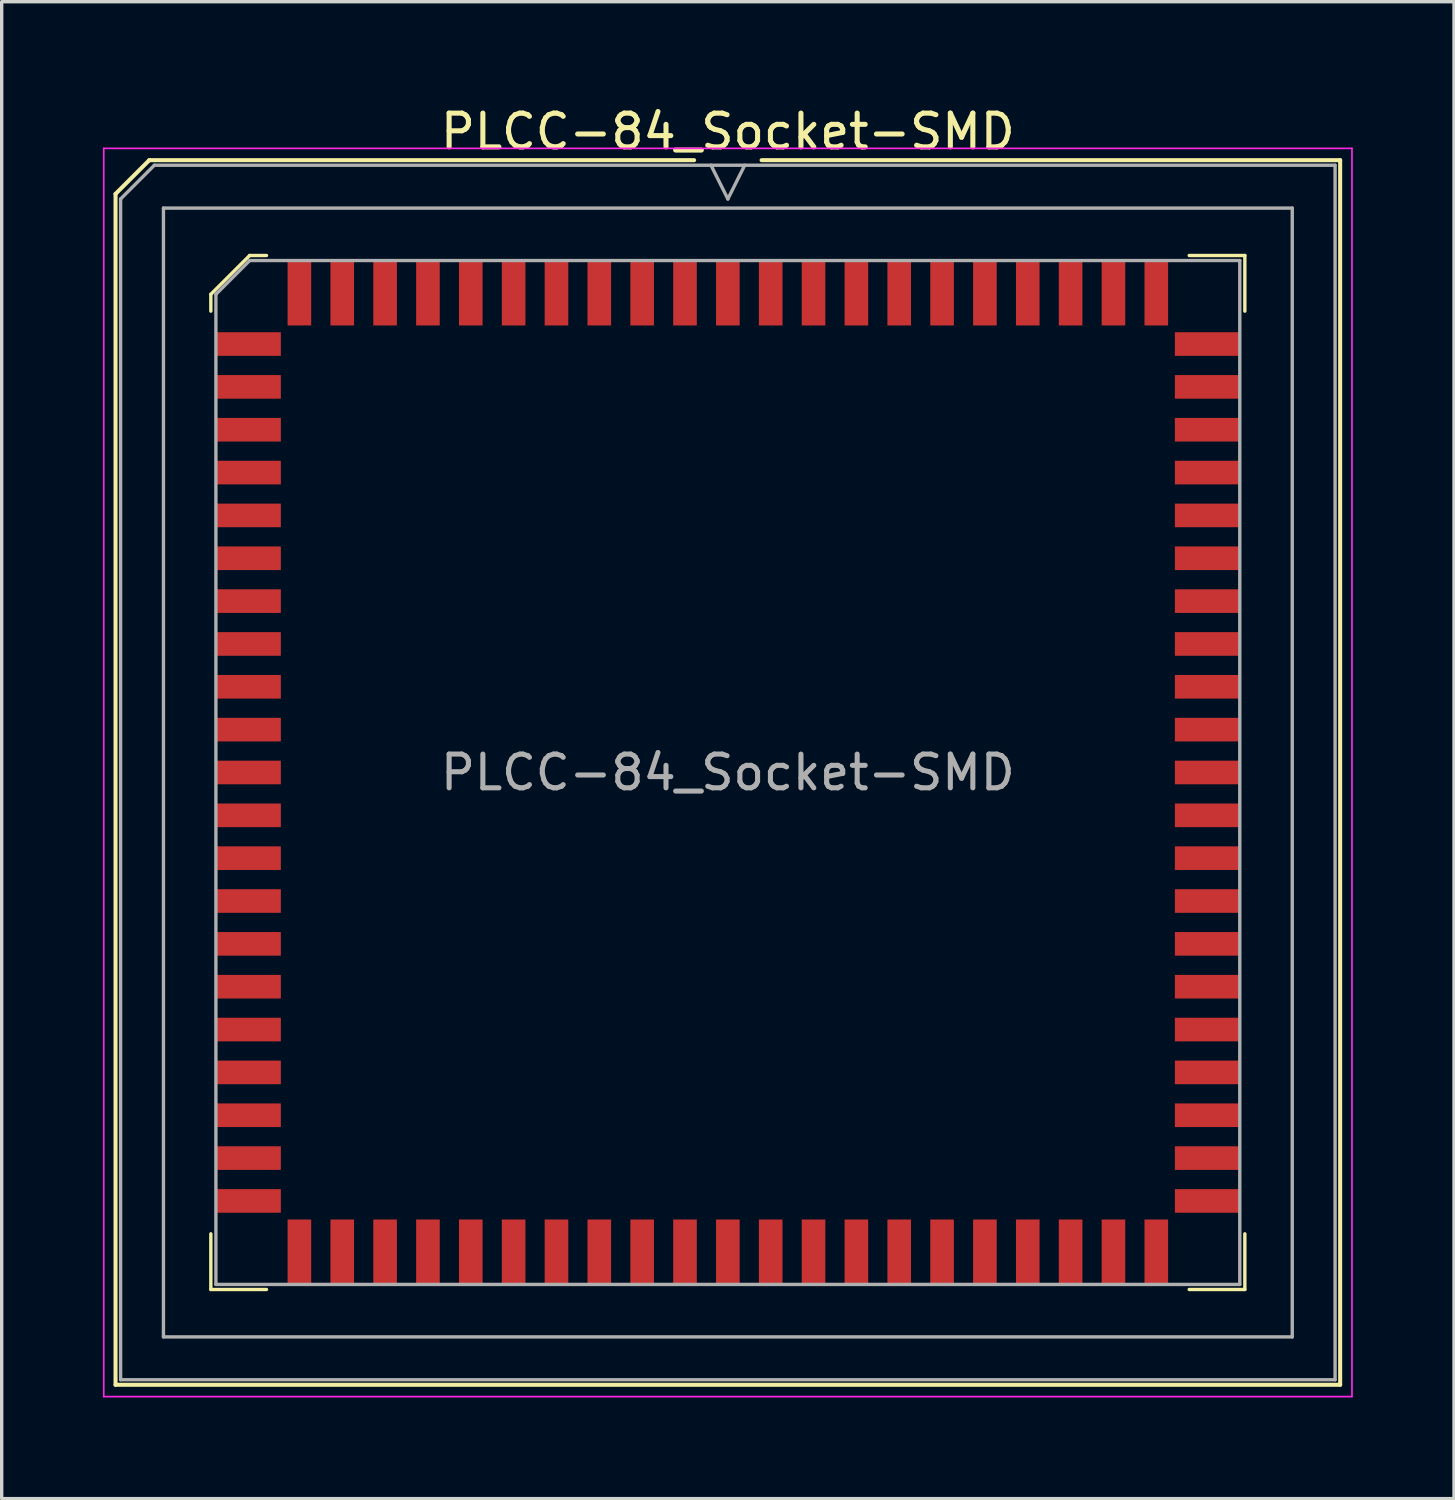
<source format=kicad_pcb>
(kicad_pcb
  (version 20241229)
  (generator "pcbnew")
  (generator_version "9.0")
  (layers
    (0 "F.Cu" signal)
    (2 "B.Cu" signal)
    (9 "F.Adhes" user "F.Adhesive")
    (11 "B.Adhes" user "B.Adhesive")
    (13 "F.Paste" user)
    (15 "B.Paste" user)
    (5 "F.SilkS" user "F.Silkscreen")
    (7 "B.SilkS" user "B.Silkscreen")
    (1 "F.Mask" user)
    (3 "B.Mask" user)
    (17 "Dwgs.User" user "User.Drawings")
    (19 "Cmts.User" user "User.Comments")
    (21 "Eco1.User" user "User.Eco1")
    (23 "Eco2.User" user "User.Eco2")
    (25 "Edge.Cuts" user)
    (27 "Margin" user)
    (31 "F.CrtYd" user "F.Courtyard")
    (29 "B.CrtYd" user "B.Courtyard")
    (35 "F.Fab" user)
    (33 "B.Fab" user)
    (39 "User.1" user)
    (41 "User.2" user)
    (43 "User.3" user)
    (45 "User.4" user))
  (footprint "PLCC-84_Socket-SMD"
    (layer "F.Cu")
    (at 18.525 19.848)
    (property "Reference" "PLCC-84_Socket-SMD" (at 0 -19 0) (layer "F.SilkS") (effects (font (size 1 1) (thickness 0.15))))
    (attr smd)
    (fp_line (start -18.15 -17.15) (end -18.15 18.15) (stroke (width 0.12) (type solid)) (layer "F.SilkS"))
    (fp_line (start -18.15 18.15) (end 18.15 18.15) (stroke (width 0.12) (type solid)) (layer "F.SilkS"))
    (fp_line (start -17.15 -18.15) (end -18.15 -17.15) (stroke (width 0.12) (type solid)) (layer "F.SilkS"))
    (fp_line (start -15.325 -14.175) (end -15.325 -13.675) (stroke (width 0.1) (type solid)) (layer "F.SilkS"))
    (fp_line (start -15.325 15.325) (end -15.325 13.675) (stroke (width 0.1) (type solid)) (layer "F.SilkS"))
    (fp_line (start -14.175 -15.325) (end -15.325 -14.175) (stroke (width 0.1) (type solid)) (layer "F.SilkS"))
    (fp_line (start -13.675 -15.325) (end -14.175 -15.325) (stroke (width 0.1) (type solid)) (layer "F.SilkS"))
    (fp_line (start -13.675 15.325) (end -15.325 15.325) (stroke (width 0.1) (type solid)) (layer "F.SilkS"))
    (fp_line (start -1 -18.15) (end -17.15 -18.15) (stroke (width 0.12) (type solid)) (layer "F.SilkS"))
    (fp_line (start 13.675 -15.325) (end 15.325 -15.325) (stroke (width 0.1) (type solid)) (layer "F.SilkS"))
    (fp_line (start 13.675 15.325) (end 15.325 15.325) (stroke (width 0.1) (type solid)) (layer "F.SilkS"))
    (fp_line (start 15.325 -15.325) (end 15.325 -13.675) (stroke (width 0.1) (type solid)) (layer "F.SilkS"))
    (fp_line (start 15.325 15.325) (end 15.325 13.675) (stroke (width 0.1) (type solid)) (layer "F.SilkS"))
    (fp_line (start 18.15 -18.15) (end 1 -18.15) (stroke (width 0.12) (type solid)) (layer "F.SilkS"))
    (fp_line (start 18.15 18.15) (end 18.15 -18.15) (stroke (width 0.12) (type solid)) (layer "F.SilkS"))
    (fp_line (start -18.5 -18.5) (end -18.5 18.5) (stroke (width 0.05) (type solid)) (layer "F.CrtYd"))
    (fp_line (start -18.5 18.5) (end 18.5 18.5) (stroke (width 0.05) (type solid)) (layer "F.CrtYd"))
    (fp_line (start 18.5 -18.5) (end -18.5 -18.5) (stroke (width 0.05) (type solid)) (layer "F.CrtYd"))
    (fp_line (start 18.5 18.5) (end 18.5 -18.5) (stroke (width 0.05) (type solid)) (layer "F.CrtYd"))
    (fp_line (start -18 -17) (end -18 18) (stroke (width 0.1) (type solid)) (layer "F.Fab"))
    (fp_line (start -18 18) (end 18 18) (stroke (width 0.1) (type solid)) (layer "F.Fab"))
    (fp_line (start -17 -18) (end -18 -17) (stroke (width 0.1) (type solid)) (layer "F.Fab"))
    (fp_line (start -16.73 -16.73) (end -16.73 16.73) (stroke (width 0.1) (type solid)) (layer "F.Fab"))
    (fp_line (start -16.73 16.73) (end 16.73 16.73) (stroke (width 0.1) (type solid)) (layer "F.Fab"))
    (fp_line (start -15.175 -14.175) (end -15.175 15.175) (stroke (width 0.1) (type solid)) (layer "F.Fab"))
    (fp_line (start -15.175 15.175) (end 15.175 15.175) (stroke (width 0.1) (type solid)) (layer "F.Fab"))
    (fp_line (start -14.175 -15.175) (end -15.175 -14.175) (stroke (width 0.1) (type solid)) (layer "F.Fab"))
    (fp_line (start -0.5 -18) (end 0 -17) (stroke (width 0.1) (type solid)) (layer "F.Fab"))
    (fp_line (start 0 -17) (end 0.5 -18) (stroke (width 0.1) (type solid)) (layer "F.Fab"))
    (fp_line (start 15.175 -15.175) (end -14.175 -15.175) (stroke (width 0.1) (type solid)) (layer "F.Fab"))
    (fp_line (start 15.175 15.175) (end 15.175 -15.175) (stroke (width 0.1) (type solid)) (layer "F.Fab"))
    (fp_line (start 16.73 -16.73) (end -16.73 -16.73) (stroke (width 0.1) (type solid)) (layer "F.Fab"))
    (fp_line (start 16.73 16.73) (end 16.73 -16.73) (stroke (width 0.1) (type solid)) (layer "F.Fab"))
    (fp_line (start 18 -18) (end -17 -18) (stroke (width 0.1) (type solid)) (layer "F.Fab"))
    (fp_line (start 18 18) (end 18 -18) (stroke (width 0.1) (type solid)) (layer "F.Fab"))
    (fp_text user "${REFERENCE}" (at 0 0 0) (layer "F.Fab") (effects (font (size 1 1) (thickness 0.15))))
    (pad "1" smd rect (at 0 -14.213) (size 0.7 1.925) (layers "F.Cu" "F.Mask" "F.Paste"))
    (pad "2" smd rect (at -1.27 -14.213) (size 0.7 1.925) (layers "F.Cu" "F.Mask" "F.Paste"))
    (pad "3" smd rect (at -2.54 -14.213) (size 0.7 1.925) (layers "F.Cu" "F.Mask" "F.Paste"))
    (pad "4" smd rect (at -3.81 -14.213) (size 0.7 1.925) (layers "F.Cu" "F.Mask" "F.Paste"))
    (pad "5" smd rect (at -5.08 -14.213) (size 0.7 1.925) (layers "F.Cu" "F.Mask" "F.Paste"))
    (pad "6" smd rect (at -6.35 -14.213) (size 0.7 1.925) (layers "F.Cu" "F.Mask" "F.Paste"))
    (pad "7" smd rect (at -7.62 -14.213) (size 0.7 1.925) (layers "F.Cu" "F.Mask" "F.Paste"))
    (pad "8" smd rect (at -8.89 -14.213) (size 0.7 1.925) (layers "F.Cu" "F.Mask" "F.Paste"))
    (pad "9" smd rect (at -10.16 -14.213) (size 0.7 1.925) (layers "F.Cu" "F.Mask" "F.Paste"))
    (pad "10" smd rect (at -11.43 -14.213) (size 0.7 1.925) (layers "F.Cu" "F.Mask" "F.Paste"))
    (pad "11" smd rect (at -12.7 -14.213) (size 0.7 1.925) (layers "F.Cu" "F.Mask" "F.Paste"))
    (pad "12" smd rect (at -14.213 -12.7) (size 1.925 0.7) (layers "F.Cu" "F.Mask" "F.Paste"))
    (pad "13" smd rect (at -14.213 -11.43) (size 1.925 0.7) (layers "F.Cu" "F.Mask" "F.Paste"))
    (pad "14" smd rect (at -14.213 -10.16) (size 1.925 0.7) (layers "F.Cu" "F.Mask" "F.Paste"))
    (pad "15" smd rect (at -14.213 -8.89) (size 1.925 0.7) (layers "F.Cu" "F.Mask" "F.Paste"))
    (pad "16" smd rect (at -14.213 -7.62) (size 1.925 0.7) (layers "F.Cu" "F.Mask" "F.Paste"))
    (pad "17" smd rect (at -14.213 -6.35) (size 1.925 0.7) (layers "F.Cu" "F.Mask" "F.Paste"))
    (pad "18" smd rect (at -14.213 -5.08) (size 1.925 0.7) (layers "F.Cu" "F.Mask" "F.Paste"))
    (pad "19" smd rect (at -14.213 -3.81) (size 1.925 0.7) (layers "F.Cu" "F.Mask" "F.Paste"))
    (pad "20" smd rect (at -14.213 -2.54) (size 1.925 0.7) (layers "F.Cu" "F.Mask" "F.Paste"))
    (pad "21" smd rect (at -14.213 -1.27) (size 1.925 0.7) (layers "F.Cu" "F.Mask" "F.Paste"))
    (pad "22" smd rect (at -14.213 0) (size 1.925 0.7) (layers "F.Cu" "F.Mask" "F.Paste"))
    (pad "23" smd rect (at -14.213 1.27) (size 1.925 0.7) (layers "F.Cu" "F.Mask" "F.Paste"))
    (pad "24" smd rect (at -14.213 2.54) (size 1.925 0.7) (layers "F.Cu" "F.Mask" "F.Paste"))
    (pad "25" smd rect (at -14.213 3.81) (size 1.925 0.7) (layers "F.Cu" "F.Mask" "F.Paste"))
    (pad "26" smd rect (at -14.213 5.08) (size 1.925 0.7) (layers "F.Cu" "F.Mask" "F.Paste"))
    (pad "27" smd rect (at -14.213 6.35) (size 1.925 0.7) (layers "F.Cu" "F.Mask" "F.Paste"))
    (pad "28" smd rect (at -14.213 7.62) (size 1.925 0.7) (layers "F.Cu" "F.Mask" "F.Paste"))
    (pad "29" smd rect (at -14.213 8.89) (size 1.925 0.7) (layers "F.Cu" "F.Mask" "F.Paste"))
    (pad "30" smd rect (at -14.213 10.16) (size 1.925 0.7) (layers "F.Cu" "F.Mask" "F.Paste"))
    (pad "31" smd rect (at -14.213 11.43) (size 1.925 0.7) (layers "F.Cu" "F.Mask" "F.Paste"))
    (pad "32" smd rect (at -14.213 12.7) (size 1.925 0.7) (layers "F.Cu" "F.Mask" "F.Paste"))
    (pad "33" smd rect (at -12.7 14.213) (size 0.7 1.925) (layers "F.Cu" "F.Mask" "F.Paste"))
    (pad "34" smd rect (at -11.43 14.213) (size 0.7 1.925) (layers "F.Cu" "F.Mask" "F.Paste"))
    (pad "35" smd rect (at -10.16 14.213) (size 0.7 1.925) (layers "F.Cu" "F.Mask" "F.Paste"))
    (pad "36" smd rect (at -8.89 14.213) (size 0.7 1.925) (layers "F.Cu" "F.Mask" "F.Paste"))
    (pad "37" smd rect (at -7.62 14.213) (size 0.7 1.925) (layers "F.Cu" "F.Mask" "F.Paste"))
    (pad "38" smd rect (at -6.35 14.213) (size 0.7 1.925) (layers "F.Cu" "F.Mask" "F.Paste"))
    (pad "39" smd rect (at -5.08 14.213) (size 0.7 1.925) (layers "F.Cu" "F.Mask" "F.Paste"))
    (pad "40" smd rect (at -3.81 14.213) (size 0.7 1.925) (layers "F.Cu" "F.Mask" "F.Paste"))
    (pad "41" smd rect (at -2.54 14.213) (size 0.7 1.925) (layers "F.Cu" "F.Mask" "F.Paste"))
    (pad "42" smd rect (at -1.27 14.213) (size 0.7 1.925) (layers "F.Cu" "F.Mask" "F.Paste"))
    (pad "43" smd rect (at 0 14.213) (size 0.7 1.925) (layers "F.Cu" "F.Mask" "F.Paste"))
    (pad "44" smd rect (at 1.27 14.213) (size 0.7 1.925) (layers "F.Cu" "F.Mask" "F.Paste"))
    (pad "45" smd rect (at 2.54 14.213) (size 0.7 1.925) (layers "F.Cu" "F.Mask" "F.Paste"))
    (pad "46" smd rect (at 3.81 14.213) (size 0.7 1.925) (layers "F.Cu" "F.Mask" "F.Paste"))
    (pad "47" smd rect (at 5.08 14.213) (size 0.7 1.925) (layers "F.Cu" "F.Mask" "F.Paste"))
    (pad "48" smd rect (at 6.35 14.213) (size 0.7 1.925) (layers "F.Cu" "F.Mask" "F.Paste"))
    (pad "49" smd rect (at 7.62 14.213) (size 0.7 1.925) (layers "F.Cu" "F.Mask" "F.Paste"))
    (pad "50" smd rect (at 8.89 14.213) (size 0.7 1.925) (layers "F.Cu" "F.Mask" "F.Paste"))
    (pad "51" smd rect (at 10.16 14.213) (size 0.7 1.925) (layers "F.Cu" "F.Mask" "F.Paste"))
    (pad "52" smd rect (at 11.43 14.213) (size 0.7 1.925) (layers "F.Cu" "F.Mask" "F.Paste"))
    (pad "53" smd rect (at 12.7 14.213) (size 0.7 1.925) (layers "F.Cu" "F.Mask" "F.Paste"))
    (pad "54" smd rect (at 14.213 12.7) (size 1.925 0.7) (layers "F.Cu" "F.Mask" "F.Paste"))
    (pad "55" smd rect (at 14.213 11.43) (size 1.925 0.7) (layers "F.Cu" "F.Mask" "F.Paste"))
    (pad "56" smd rect (at 14.213 10.16) (size 1.925 0.7) (layers "F.Cu" "F.Mask" "F.Paste"))
    (pad "57" smd rect (at 14.213 8.89) (size 1.925 0.7) (layers "F.Cu" "F.Mask" "F.Paste"))
    (pad "58" smd rect (at 14.213 7.62) (size 1.925 0.7) (layers "F.Cu" "F.Mask" "F.Paste"))
    (pad "59" smd rect (at 14.213 6.35) (size 1.925 0.7) (layers "F.Cu" "F.Mask" "F.Paste"))
    (pad "60" smd rect (at 14.213 5.08) (size 1.925 0.7) (layers "F.Cu" "F.Mask" "F.Paste"))
    (pad "61" smd rect (at 14.213 3.81) (size 1.925 0.7) (layers "F.Cu" "F.Mask" "F.Paste"))
    (pad "62" smd rect (at 14.213 2.54) (size 1.925 0.7) (layers "F.Cu" "F.Mask" "F.Paste"))
    (pad "63" smd rect (at 14.213 1.27) (size 1.925 0.7) (layers "F.Cu" "F.Mask" "F.Paste"))
    (pad "64" smd rect (at 14.213 0) (size 1.925 0.7) (layers "F.Cu" "F.Mask" "F.Paste"))
    (pad "65" smd rect (at 14.213 -1.27) (size 1.925 0.7) (layers "F.Cu" "F.Mask" "F.Paste"))
    (pad "66" smd rect (at 14.213 -2.54) (size 1.925 0.7) (layers "F.Cu" "F.Mask" "F.Paste"))
    (pad "67" smd rect (at 14.213 -3.81) (size 1.925 0.7) (layers "F.Cu" "F.Mask" "F.Paste"))
    (pad "68" smd rect (at 14.213 -5.08) (size 1.925 0.7) (layers "F.Cu" "F.Mask" "F.Paste"))
    (pad "69" smd rect (at 14.213 -6.35) (size 1.925 0.7) (layers "F.Cu" "F.Mask" "F.Paste"))
    (pad "70" smd rect (at 14.213 -7.62) (size 1.925 0.7) (layers "F.Cu" "F.Mask" "F.Paste"))
    (pad "71" smd rect (at 14.213 -8.89) (size 1.925 0.7) (layers "F.Cu" "F.Mask" "F.Paste"))
    (pad "72" smd rect (at 14.213 -10.16) (size 1.925 0.7) (layers "F.Cu" "F.Mask" "F.Paste"))
    (pad "73" smd rect (at 14.213 -11.43) (size 1.925 0.7) (layers "F.Cu" "F.Mask" "F.Paste"))
    (pad "74" smd rect (at 14.213 -12.7) (size 1.925 0.7) (layers "F.Cu" "F.Mask" "F.Paste"))
    (pad "75" smd rect (at 12.7 -14.213) (size 0.7 1.925) (layers "F.Cu" "F.Mask" "F.Paste"))
    (pad "76" smd rect (at 11.43 -14.213) (size 0.7 1.925) (layers "F.Cu" "F.Mask" "F.Paste"))
    (pad "77" smd rect (at 10.16 -14.213) (size 0.7 1.925) (layers "F.Cu" "F.Mask" "F.Paste"))
    (pad "78" smd rect (at 8.89 -14.213) (size 0.7 1.925) (layers "F.Cu" "F.Mask" "F.Paste"))
    (pad "79" smd rect (at 7.62 -14.213) (size 0.7 1.925) (layers "F.Cu" "F.Mask" "F.Paste"))
    (pad "80" smd rect (at 6.35 -14.213) (size 0.7 1.925) (layers "F.Cu" "F.Mask" "F.Paste"))
    (pad "81" smd rect (at 5.08 -14.213) (size 0.7 1.925) (layers "F.Cu" "F.Mask" "F.Paste"))
    (pad "82" smd rect (at 3.81 -14.213) (size 0.7 1.925) (layers "F.Cu" "F.Mask" "F.Paste"))
    (pad "83" smd rect (at 2.54 -14.213) (size 0.7 1.925) (layers "F.Cu" "F.Mask" "F.Paste"))
    (pad "84" smd rect (at 1.27 -14.213) (size 0.7 1.925) (layers "F.Cu" "F.Mask" "F.Paste")))
  (gr_rect
    (start -3 -3)
    (end 40.05 41.373)
    (stroke (width 0.1) (type default))
    (fill no)
    (layer "Edge.Cuts")))
</source>
